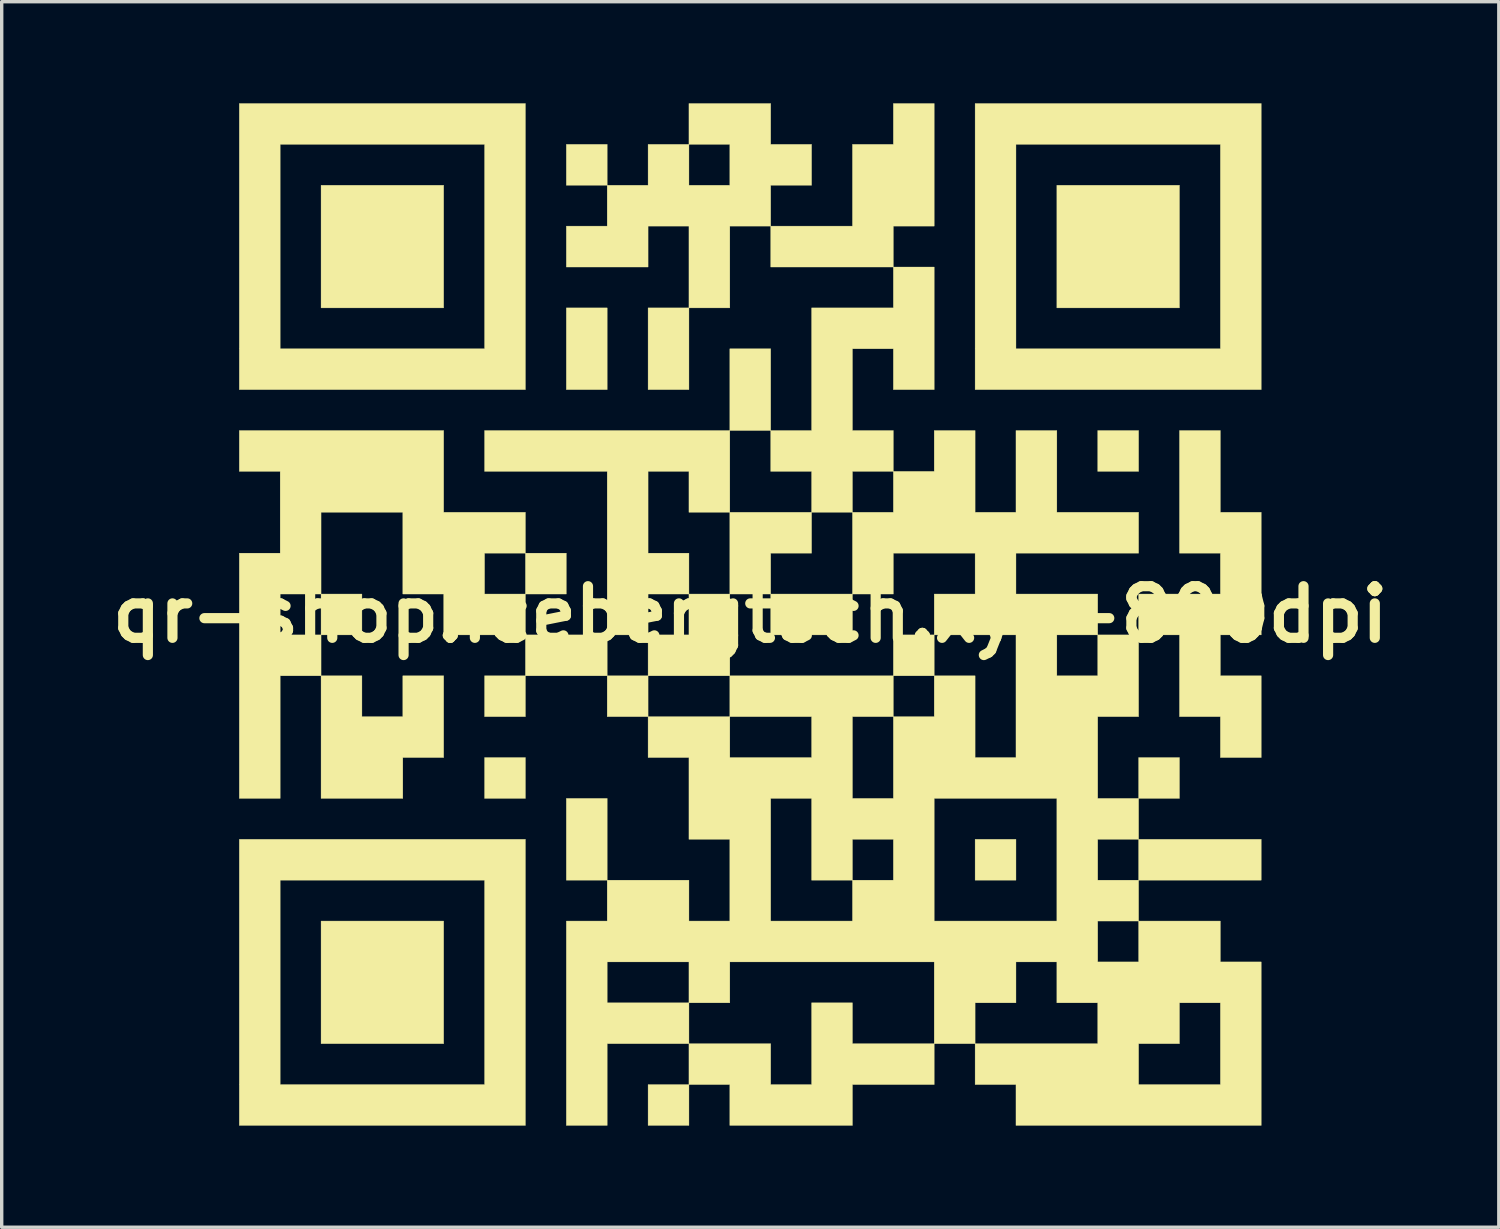
<source format=kicad_pcb>
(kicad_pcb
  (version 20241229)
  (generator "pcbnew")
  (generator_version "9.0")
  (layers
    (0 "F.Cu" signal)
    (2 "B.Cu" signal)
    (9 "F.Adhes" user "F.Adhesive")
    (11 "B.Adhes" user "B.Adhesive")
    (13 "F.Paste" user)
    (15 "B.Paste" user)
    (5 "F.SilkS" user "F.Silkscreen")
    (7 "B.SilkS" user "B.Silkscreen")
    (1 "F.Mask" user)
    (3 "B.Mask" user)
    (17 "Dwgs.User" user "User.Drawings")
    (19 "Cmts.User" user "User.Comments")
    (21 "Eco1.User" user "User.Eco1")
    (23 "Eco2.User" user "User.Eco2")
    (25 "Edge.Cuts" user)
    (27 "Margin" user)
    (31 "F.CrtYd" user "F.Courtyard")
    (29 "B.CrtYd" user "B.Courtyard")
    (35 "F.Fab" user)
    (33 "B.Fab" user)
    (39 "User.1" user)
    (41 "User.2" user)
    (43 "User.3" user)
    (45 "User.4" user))
  (footprint "qr-shop.icebergtech.xyz-800dpi"
    (layer "F.Cu")
    (at 19.094 15.086)
    (property "Reference" "qr-shop.icebergtech.xyz-800dpi" (at 0 0 0) (layer "F.SilkS") (effects (font (size 1.524 1.524) (thickness 0.3))))
    (attr through_hole)
    (fp_poly (pts (xy -11.462 0.603) (xy -12.668 0.603) (xy -12.668 -0.603) (xy -11.462 -0.603) (xy -11.462 0.603)) (stroke (width 0.01) (type solid)) (fill yes) (layer "F.SilkS"))
    (fp_poly (pts (xy -9.049 -9.049) (xy -12.668 -9.049) (xy -12.668 -12.668) (xy -9.049 -12.668) (xy -9.049 -9.049)) (stroke (width 0.01) (type solid)) (fill yes) (layer "F.SilkS"))
    (fp_poly (pts (xy -9.049 12.668) (xy -12.668 12.668) (xy -12.668 9.049) (xy -9.049 9.049) (xy -9.049 12.668)) (stroke (width 0.01) (type solid)) (fill yes) (layer "F.SilkS"))
    (fp_poly (pts (xy -6.636 3.016) (xy -7.842 3.016) (xy -7.842 1.81) (xy -6.636 1.81) (xy -6.636 3.016)) (stroke (width 0.01) (type solid)) (fill yes) (layer "F.SilkS"))
    (fp_poly (pts (xy -6.636 5.429) (xy -7.842 5.429) (xy -7.842 4.223) (xy -6.636 4.223) (xy -6.636 5.429)) (stroke (width 0.01) (type solid)) (fill yes) (layer "F.SilkS"))
    (fp_poly (pts (xy -4.223 -12.668) (xy -5.429 -12.668) (xy -5.429 -13.875) (xy -4.223 -13.875) (xy -4.223 -12.668)) (stroke (width 0.01) (type solid)) (fill yes) (layer "F.SilkS"))
    (fp_poly (pts (xy -4.223 -6.636) (xy -5.429 -6.636) (xy -5.429 -9.049) (xy -4.223 -9.049) (xy -4.223 -6.636)) (stroke (width 0.01) (type solid)) (fill yes) (layer "F.SilkS"))
    (fp_poly (pts (xy -4.223 7.842) (xy -5.429 7.842) (xy -5.429 5.429) (xy -4.223 5.429) (xy -4.223 7.842)) (stroke (width 0.01) (type solid)) (fill yes) (layer "F.SilkS"))
    (fp_poly (pts (xy -1.81 -6.636) (xy -3.016 -6.636) (xy -3.016 -9.049) (xy -1.81 -9.049) (xy -1.81 -6.636)) (stroke (width 0.01) (type solid)) (fill yes) (layer "F.SilkS"))
    (fp_poly (pts (xy -1.81 15.081) (xy -3.016 15.081) (xy -3.016 13.875) (xy -1.81 13.875) (xy -1.81 15.081)) (stroke (width 0.01) (type solid)) (fill yes) (layer "F.SilkS"))
    (fp_poly (pts (xy 3.016 0.603) (xy 0.603 0.603) (xy 0.603 -0.603) (xy 3.016 -0.603) (xy 3.016 0.603)) (stroke (width 0.01) (type solid)) (fill yes) (layer "F.SilkS"))
    (fp_poly (pts (xy 5.429 1.81) (xy 4.223 1.81) (xy 4.223 0.603) (xy 5.429 0.603) (xy 5.429 1.81)) (stroke (width 0.01) (type solid)) (fill yes) (layer "F.SilkS"))
    (fp_poly (pts (xy 7.842 7.842) (xy 6.636 7.842) (xy 6.636 6.636) (xy 7.842 6.636) (xy 7.842 7.842)) (stroke (width 0.01) (type solid)) (fill yes) (layer "F.SilkS"))
    (fp_poly (pts (xy 11.462 -4.223) (xy 10.255 -4.223) (xy 10.255 -5.429) (xy 11.462 -5.429) (xy 11.462 -4.223)) (stroke (width 0.01) (type solid)) (fill yes) (layer "F.SilkS"))
    (fp_poly (pts (xy 12.668 -9.049) (xy 9.049 -9.049) (xy 9.049 -12.668) (xy 12.668 -12.668) (xy 12.668 -9.049)) (stroke (width 0.01) (type solid)) (fill yes) (layer "F.SilkS"))
    (fp_poly (pts (xy 12.668 5.429) (xy 11.462 5.429) (xy 11.462 4.223) (xy 12.668 4.223) (xy 12.668 5.429)) (stroke (width 0.01) (type solid)) (fill yes) (layer "F.SilkS"))
    (fp_poly (pts (xy 15.081 7.842) (xy 11.462 7.842) (xy 11.462 6.636) (xy 15.081 6.636) (xy 15.081 7.842)) (stroke (width 0.01) (type solid)) (fill yes) (layer "F.SilkS"))
    (fp_poly (pts (xy -0.603 1.81) (xy -3.016 1.81) (xy -3.016 0.603) (xy -1.81 0.603) (xy -1.81 -0.603) (xy -0.603 -0.603) (xy -0.603 1.81)) (stroke (width 0.01) (type solid)) (fill yes) (layer "F.SilkS"))
    (fp_poly (pts (xy 1.81 -1.81) (xy 0.603 -1.81) (xy 0.603 -0.603) (xy -0.603 -0.603) (xy -0.603 -3.016) (xy 1.81 -3.016) (xy 1.81 -1.81)) (stroke (width 0.01) (type solid)) (fill yes) (layer "F.SilkS"))
    (fp_poly (pts (xy -11.462 3.016) (xy -10.255 3.016) (xy -10.255 1.81) (xy -9.049 1.81) (xy -9.049 4.223) (xy -10.255 4.223) (xy -10.255 5.429) (xy -12.668 5.429) (xy -12.668 1.81) (xy -11.462 1.81) (xy -11.462 3.016)) (stroke (width 0.01) (type solid)) (fill yes) (layer "F.SilkS"))
    (fp_poly (pts (xy 5.429 -11.462) (xy 4.223 -11.462) (xy 4.223 -10.255) (xy 0.603 -10.255) (xy 0.603 -11.462) (xy 3.016 -11.462) (xy 3.016 -13.875) (xy 4.223 -13.875) (xy 4.223 -15.081) (xy 5.429 -15.081) (xy 5.429 -11.462)) (stroke (width 0.01) (type solid)) (fill yes) (layer "F.SilkS"))
    (fp_poly (pts (xy -6.636 -6.636) (xy -15.081 -6.636) (xy -15.081 -13.875) (xy -13.875 -13.875) (xy -13.875 -7.842) (xy -7.842 -7.842) (xy -7.842 -13.875) (xy -13.875 -13.875) (xy -15.081 -13.875) (xy -15.081 -15.081) (xy -6.636 -15.081) (xy -6.636 -6.636)) (stroke (width 0.01) (type solid)) (fill yes) (layer "F.SilkS"))
    (fp_poly (pts (xy -6.636 15.081) (xy -15.081 15.081) (xy -15.081 7.842) (xy -13.875 7.842) (xy -13.875 13.875) (xy -7.842 13.875) (xy -7.842 7.842) (xy -13.875 7.842) (xy -15.081 7.842) (xy -15.081 6.636) (xy -6.636 6.636) (xy -6.636 15.081)) (stroke (width 0.01) (type solid)) (fill yes) (layer "F.SilkS"))
    (fp_poly (pts (xy 15.081 -6.636) (xy 6.636 -6.636) (xy 6.636 -13.875) (xy 7.842 -13.875) (xy 7.842 -7.842) (xy 13.875 -7.842) (xy 13.875 -13.875) (xy 7.842 -13.875) (xy 6.636 -13.875) (xy 6.636 -15.081) (xy 15.081 -15.081) (xy 15.081 -6.636)) (stroke (width 0.01) (type solid)) (fill yes) (layer "F.SilkS"))
    (fp_poly (pts (xy 13.875 -3.016) (xy 15.081 -3.016) (xy 15.081 0.603) (xy 13.875 0.603) (xy 13.875 1.81) (xy 15.081 1.81) (xy 15.081 4.223) (xy 13.875 4.223) (xy 13.875 3.016) (xy 12.668 3.016) (xy 12.668 0.603) (xy 11.462 0.603) (xy 11.462 -0.603) (xy 13.875 -0.603) (xy 13.875 -1.81) (xy 12.668 -1.81) (xy 12.668 -5.429) (xy 13.875 -5.429) (xy 13.875 -3.016)) (stroke (width 0.01) (type solid)) (fill yes) (layer "F.SilkS"))
    (fp_poly (pts (xy 0.603 -13.875) (xy 1.81 -13.875) (xy 1.81 -12.668) (xy 0.603 -12.668) (xy 0.603 -11.462) (xy -0.603 -11.462) (xy -0.603 -9.049) (xy -1.81 -9.049) (xy -1.81 -11.462) (xy -3.016 -11.462) (xy -3.016 -10.255) (xy -5.429 -10.255) (xy -5.429 -11.462) (xy -4.223 -11.462) (xy -4.223 -12.668) (xy -3.016 -12.668) (xy -3.016 -13.875) (xy -1.81 -13.875) (xy -1.81 -12.668) (xy -0.603 -12.668) (xy -0.603 -13.875) (xy -1.81 -13.875) (xy -1.81 -15.081) (xy 0.603 -15.081) (xy 0.603 -13.875)) (stroke (width 0.01) (type solid)) (fill yes) (layer "F.SilkS"))
    (fp_poly (pts (xy -5.429 -1.81) (xy -5.429 -0.603) (xy -6.636 -0.603) (xy -6.636 0.603) (xy -9.049 0.603) (xy -9.049 -0.603) (xy -10.255 -0.603) (xy -10.255 -1.81) (xy -7.842 -1.81) (xy -7.842 -0.603) (xy -6.636 -0.603) (xy -6.636 -1.81) (xy -7.842 -1.81) (xy -10.255 -1.81) (xy -10.255 -3.016) (xy -12.668 -3.016) (xy -12.668 -0.603) (xy -13.875 -0.603) (xy -13.875 0.603) (xy -12.668 0.603) (xy -12.668 1.81) (xy -13.875 1.81) (xy -13.875 5.429) (xy -15.081 5.429) (xy -15.081 -1.81) (xy -13.875 -1.81) (xy -13.875 -4.223) (xy -15.081 -4.223) (xy -15.081 -5.429) (xy -9.049 -5.429) (xy -9.049 -3.016) (xy -6.636 -3.016) (xy -6.636 -1.81) (xy -5.429 -1.81)) (stroke (width 0.01) (type solid)) (fill yes) (layer "F.SilkS"))
    (fp_poly (pts (xy 13.875 9.049) (xy 13.875 10.255) (xy 15.081 10.255) (xy 15.081 15.081) (xy 7.842 15.081) (xy 7.842 13.875) (xy 6.636 13.875) (xy 6.636 12.668) (xy 5.429 12.668) (xy 5.429 13.875) (xy 3.016 13.875) (xy 3.016 15.081) (xy -0.603 15.081) (xy -0.603 13.875) (xy -1.81 13.875) (xy -1.81 12.668) (xy -4.223 12.668) (xy -4.223 15.081) (xy -5.429 15.081) (xy -5.429 10.255) (xy -4.223 10.255) (xy -4.223 11.462) (xy -1.81 11.462) (xy -1.81 12.668) (xy 0.603 12.668) (xy 0.603 13.875) (xy 1.81 13.875) (xy 1.81 11.462) (xy 3.016 11.462) (xy 3.016 12.668) (xy 5.429 12.668) (xy 5.429 11.462) (xy 6.636 11.462) (xy 6.636 12.668) (xy 10.255 12.668) (xy 11.462 12.668) (xy 11.462 13.875) (xy 13.875 13.875) (xy 13.875 11.462) (xy 12.668 11.462) (xy 12.668 12.668) (xy 11.462 12.668) (xy 10.255 12.668) (xy 10.255 11.462) (xy 9.049 11.462) (xy 9.049 10.255) (xy 7.842 10.255) (xy 7.842 11.462) (xy 6.636 11.462) (xy 5.429 11.462) (xy 5.429 10.255) (xy -0.603 10.255) (xy -0.603 11.462) (xy -1.81 11.462) (xy -1.81 10.255) (xy -4.223 10.255) (xy -5.429 10.255) (xy -5.429 9.049) (xy -4.223 9.049) (xy -4.223 7.842) (xy -1.81 7.842) (xy -1.81 9.049) (xy -0.603 9.049) (xy -0.603 6.636) (xy -1.81 6.636) (xy -1.81 5.429) (xy 0.603 5.429) (xy 0.603 9.049) (xy 3.016 9.049) (xy 3.016 7.842) (xy 1.81 7.842) (xy 1.81 6.636) (xy 3.016 6.636) (xy 3.016 7.842) (xy 4.223 7.842) (xy 4.223 6.636) (xy 3.016 6.636) (xy 1.81 6.636) (xy 1.81 5.429) (xy 0.603 5.429) (xy -1.81 5.429) (xy -1.81 4.223) (xy -3.016 4.223) (xy -3.016 3.016) (xy -4.223 3.016) (xy -4.223 1.81) (xy -6.636 1.81) (xy -6.636 0.603) (xy -4.223 0.603) (xy -4.223 1.81) (xy -3.016 1.81) (xy -3.016 3.016) (xy -0.603 3.016) (xy -0.603 4.223) (xy 1.81 4.223) (xy 1.81 3.016) (xy 3.016 3.016) (xy 3.016 5.429) (xy 4.223 5.429) (xy 5.429 5.429) (xy 5.429 9.049) (xy 9.049 9.049) (xy 10.255 9.049) (xy 10.255 10.255) (xy 11.462 10.255) (xy 11.462 9.049) (xy 10.255 9.049) (xy 9.049 9.049) (xy 9.049 5.429) (xy 5.429 5.429) (xy 4.223 5.429) (xy 4.223 3.016) (xy 3.016 3.016) (xy 1.81 3.016) (xy -0.603 3.016) (xy -0.603 1.81) (xy 4.223 1.81) (xy 4.223 3.016) (xy 5.429 3.016) (xy 5.429 1.81) (xy 6.636 1.81) (xy 6.636 4.223) (xy 7.842 4.223) (xy 7.842 0.603) (xy 9.049 0.603) (xy 9.049 1.81) (xy 10.255 1.81) (xy 10.255 0.603) (xy 9.049 0.603) (xy 7.842 0.603) (xy 5.429 0.603) (xy 5.429 -0.603) (xy 6.636 -0.603) (xy 6.636 -1.81) (xy 4.223 -1.81) (xy 4.223 -0.603) (xy 3.016 -0.603) (xy 3.016 -3.016) (xy 1.81 -3.016) (xy 1.81 -4.223) (xy 3.016 -4.223) (xy 3.016 -3.016) (xy 4.223 -3.016) (xy 4.223 -4.223) (xy 3.016 -4.223) (xy 1.81 -4.223) (xy 0.603 -4.223) (xy 0.603 -5.429) (xy -0.603 -5.429) (xy -0.603 -3.016) (xy -1.81 -3.016) (xy -1.81 -4.223) (xy -3.016 -4.223) (xy -3.016 -1.81) (xy -1.81 -1.81) (xy -1.81 -0.603) (xy -3.016 -0.603) (xy -3.016 0.603) (xy -4.223 0.603) (xy -4.223 -4.223) (xy -7.842 -4.223) (xy -7.842 -5.429) (xy -0.603 -5.429) (xy -0.603 -7.842) (xy 0.603 -7.842) (xy 0.603 -5.429) (xy 1.81 -5.429) (xy 1.81 -9.049) (xy 4.223 -9.049) (xy 4.223 -10.255) (xy 5.429 -10.255) (xy 5.429 -6.636) (xy 4.223 -6.636) (xy 4.223 -7.842) (xy 3.016 -7.842) (xy 3.016 -5.429) (xy 4.223 -5.429) (xy 4.223 -4.223) (xy 5.429 -4.223) (xy 5.429 -5.429) (xy 6.636 -5.429) (xy 6.636 -3.016) (xy 7.842 -3.016) (xy 7.842 -5.429) (xy 9.049 -5.429) (xy 9.049 -3.016) (xy 11.462 -3.016) (xy 11.462 -1.81) (xy 7.842 -1.81) (xy 7.842 -0.603) (xy 10.255 -0.603) (xy 10.255 0.603) (xy 11.462 0.603) (xy 11.462 3.016) (xy 10.255 3.016) (xy 10.255 5.429) (xy 11.462 5.429) (xy 11.462 6.636) (xy 10.255 6.636) (xy 10.255 7.842) (xy 11.462 7.842) (xy 11.462 9.049) (xy 13.875 9.049)) (stroke (width 0.01) (type solid)) (fill yes) (layer "F.SilkS")))
  (gr_rect
    (start -3 -3)
    (end 41.187 33.172)
    (stroke (width 0.1) (type default))
    (fill no)
    (layer "Edge.Cuts")))
</source>
